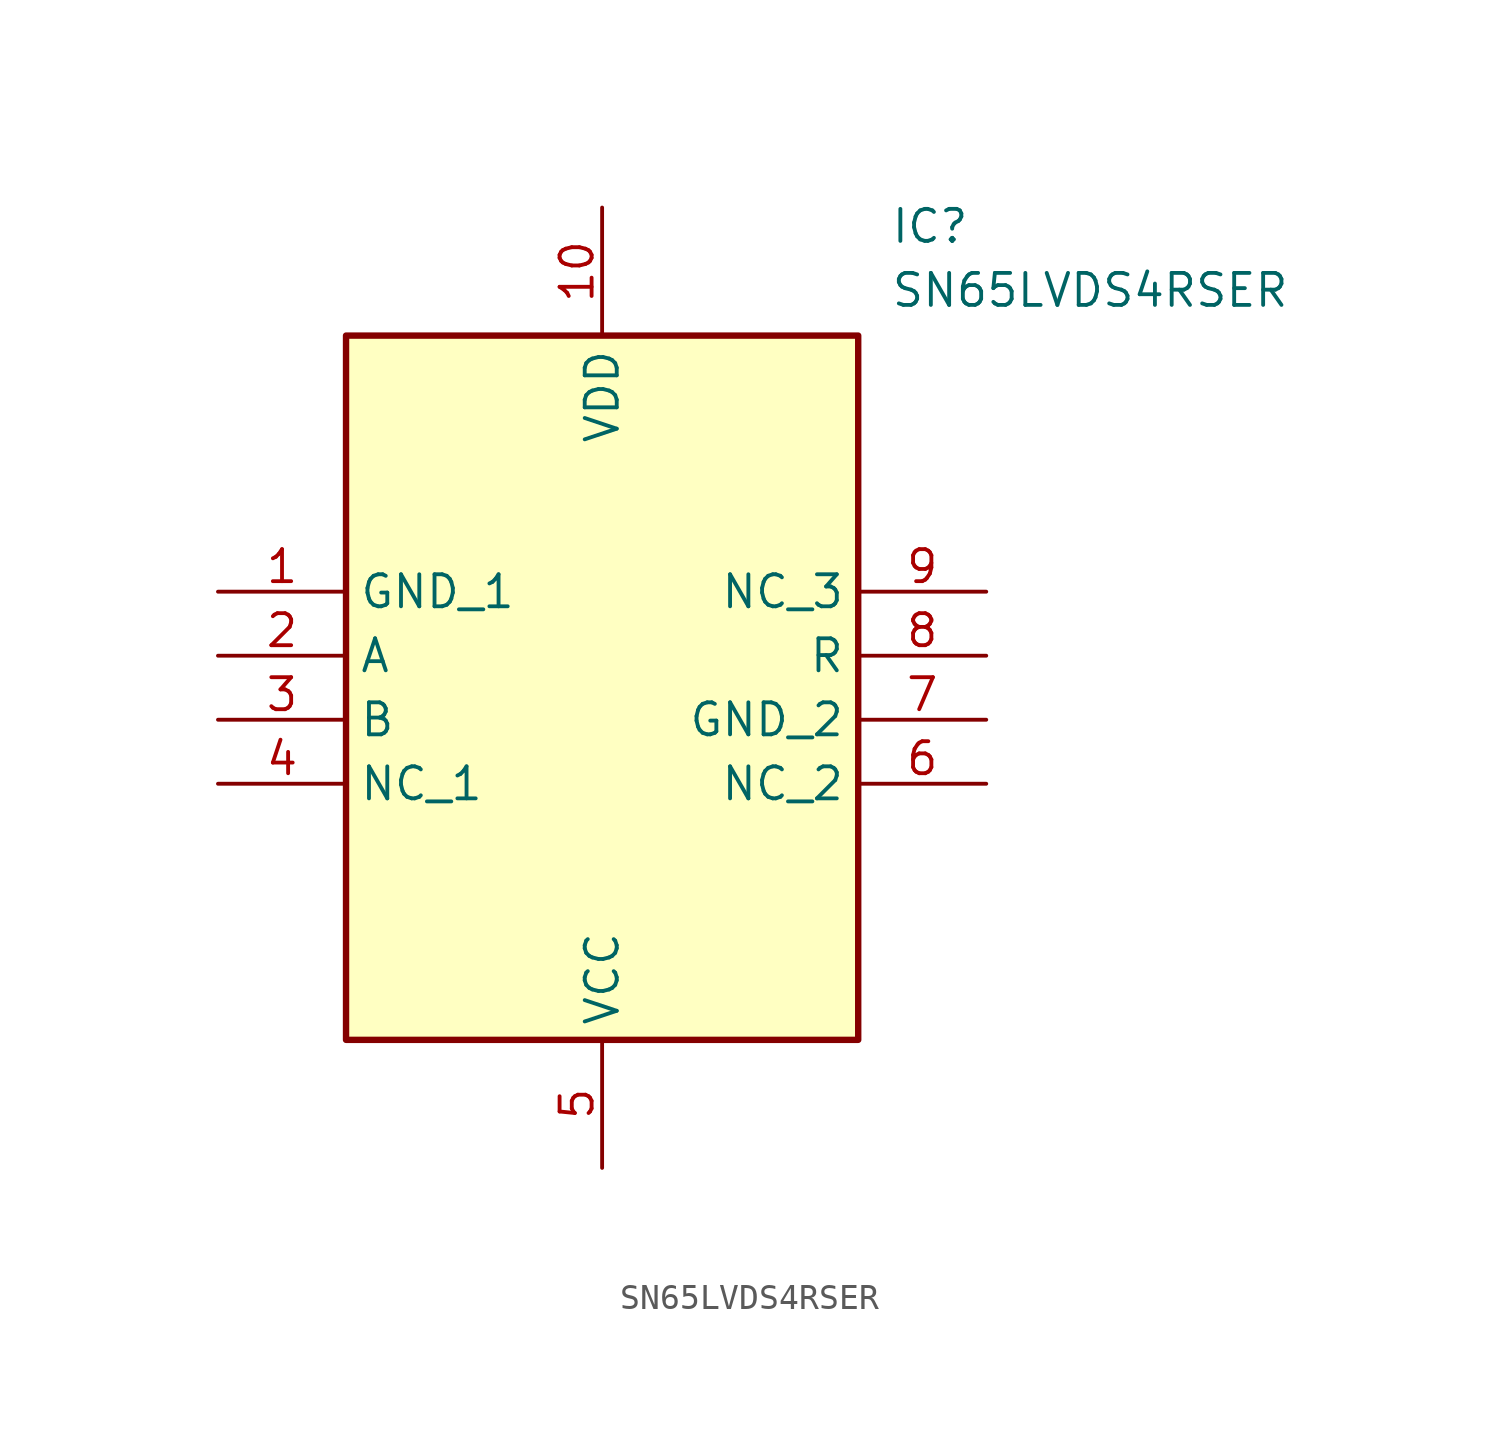
<source format=kicad_sym>
(kicad_symbol_lib
  (version 20211014)
  (generator SamacSys_ECAD_Model)
  (symbol "SN65LVDS4RSER"
    (property "Reference" "IC"
      (at 26.67 15.24 0)
      (effects (font (size 1.27 1.27)) (justify left top)))
    (property "Value" "SN65LVDS4RSER"
      (at 26.67 12.7 0)
      (effects (font (size 1.27 1.27)) (justify left top)))
    (rectangle
      (start 5.08 10.16)
      (end 25.4 -17.78)
      (stroke (width 0.254) (type default))
      (fill (type background)))
    (pin passive line
      (at 0 0 0)
      (length 5.08)
      (name "GND_1" (effects (font (size 1.27 1.27))))
      (number "1" (effects (font (size 1.27 1.27)))))
    (pin passive line
      (at 0 -2.54 0)
      (length 5.08)
      (name "A" (effects (font (size 1.27 1.27))))
      (number "2" (effects (font (size 1.27 1.27)))))
    (pin passive line
      (at 0 -5.08 0)
      (length 5.08)
      (name "B" (effects (font (size 1.27 1.27))))
      (number "3" (effects (font (size 1.27 1.27)))))
    (pin passive line
      (at 0 -7.62 0)
      (length 5.08)
      (name "NC_1" (effects (font (size 1.27 1.27))))
      (number "4" (effects (font (size 1.27 1.27)))))
    (pin passive line
      (at 15.24 -22.86 90)
      (length 5.08)
      (name "VCC" (effects (font (size 1.27 1.27))))
      (number "5" (effects (font (size 1.27 1.27)))))
    (pin passive line
      (at 30.48 -7.62 180)
      (length 5.08)
      (name "NC_2" (effects (font (size 1.27 1.27))))
      (number "6" (effects (font (size 1.27 1.27)))))
    (pin passive line
      (at 30.48 -5.08 180)
      (length 5.08)
      (name "GND_2" (effects (font (size 1.27 1.27))))
      (number "7" (effects (font (size 1.27 1.27)))))
    (pin passive line
      (at 30.48 -2.54 180)
      (length 5.08)
      (name "R" (effects (font (size 1.27 1.27))))
      (number "8" (effects (font (size 1.27 1.27)))))
    (pin passive line
      (at 30.48 0 180)
      (length 5.08)
      (name "NC_3" (effects (font (size 1.27 1.27))))
      (number "9" (effects (font (size 1.27 1.27)))))
    (pin passive line
      (at 15.24 15.24 270)
      (length 5.08)
      (name "VDD" (effects (font (size 1.27 1.27))))
      (number "10" (effects (font (size 1.27 1.27)))))))
</source>
